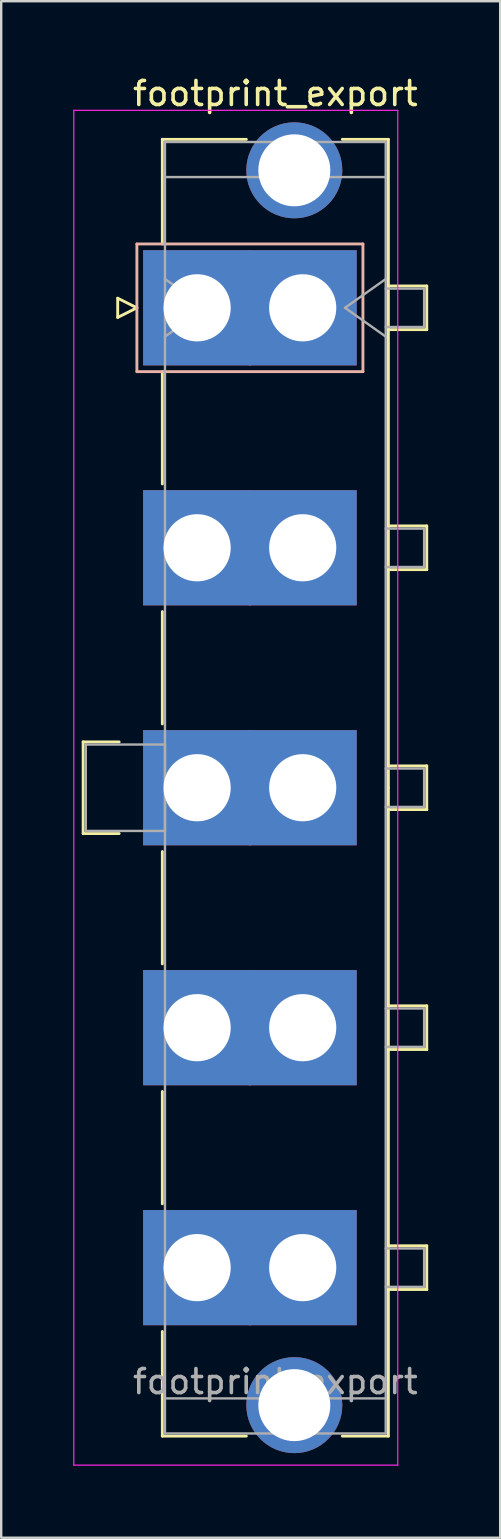
<source format=kicad_pcb>
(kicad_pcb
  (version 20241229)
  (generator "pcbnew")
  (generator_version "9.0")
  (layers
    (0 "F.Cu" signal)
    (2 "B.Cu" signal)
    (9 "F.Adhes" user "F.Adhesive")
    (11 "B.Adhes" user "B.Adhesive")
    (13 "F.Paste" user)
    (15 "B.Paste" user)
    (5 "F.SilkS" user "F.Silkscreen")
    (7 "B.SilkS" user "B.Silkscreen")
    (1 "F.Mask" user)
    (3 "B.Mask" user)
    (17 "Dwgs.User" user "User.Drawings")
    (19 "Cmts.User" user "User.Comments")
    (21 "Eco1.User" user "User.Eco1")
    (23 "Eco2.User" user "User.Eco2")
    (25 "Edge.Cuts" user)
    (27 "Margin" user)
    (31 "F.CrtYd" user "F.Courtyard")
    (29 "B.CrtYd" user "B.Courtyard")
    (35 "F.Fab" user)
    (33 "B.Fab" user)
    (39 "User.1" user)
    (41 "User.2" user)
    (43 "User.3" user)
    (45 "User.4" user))
  (footprint "footprint_export"
    (layer "F.Cu")
    (at 5.165 9.778)
    (property "Reference" "footprint_export" (at 3.26 -8.93 0) (layer "F.SilkS") (effects (font (size 1 1) (thickness 0.15))))
    (attr through_hole)
    (fp_line (start -4.75 18.09) (end -4.75 21.91) (stroke (width 0.12) (type solid)) (layer "F.SilkS"))
    (fp_line (start -4.75 21.91) (end -3.25 21.91) (stroke (width 0.12) (type solid)) (layer "F.SilkS"))
    (fp_line (start -3.31 -0.4) (end -3.31 0.4) (stroke (width 0.12) (type solid)) (layer "F.SilkS"))
    (fp_line (start -3.31 0.4) (end -2.51 0) (stroke (width 0.12) (type solid)) (layer "F.SilkS"))
    (fp_line (start -3.25 18.09) (end -4.75 18.09) (stroke (width 0.12) (type solid)) (layer "F.SilkS"))
    (fp_line (start -2.51 0) (end -3.31 -0.4) (stroke (width 0.12) (type solid)) (layer "F.SilkS"))
    (fp_line (start -1.45 -7.02) (end 2.05 -7.02) (stroke (width 0.12) (type solid)) (layer "F.SilkS"))
    (fp_line (start -1.45 -2.66) (end -1.45 -7.02) (stroke (width 0.12) (type solid)) (layer "F.SilkS"))
    (fp_line (start -1.45 2.66) (end -1.45 7.34) (stroke (width 0.12) (type solid)) (layer "F.SilkS"))
    (fp_line (start -1.45 12.66) (end -1.45 17.34) (stroke (width 0.12) (type solid)) (layer "F.SilkS"))
    (fp_line (start -1.45 22.66) (end -1.45 27.34) (stroke (width 0.12) (type solid)) (layer "F.SilkS"))
    (fp_line (start -1.45 32.66) (end -1.45 37.34) (stroke (width 0.12) (type solid)) (layer "F.SilkS"))
    (fp_line (start -1.45 42.66) (end -1.45 47.02) (stroke (width 0.12) (type solid)) (layer "F.SilkS"))
    (fp_line (start -1.45 47.02) (end 2.05 47.02) (stroke (width 0.12) (type solid)) (layer "F.SilkS"))
    (fp_line (start 6.05 -7.02) (end 7.97 -7.02) (stroke (width 0.12) (type solid)) (layer "F.SilkS"))
    (fp_line (start 6.05 47.02) (end 7.97 47.02) (stroke (width 0.12) (type solid)) (layer "F.SilkS"))
    (fp_line (start 7.97 -7.02) (end 7.97 20) (stroke (width 0.12) (type solid)) (layer "F.SilkS"))
    (fp_line (start 7.97 -0.91) (end 9.57 -0.91) (stroke (width 0.12) (type solid)) (layer "F.SilkS"))
    (fp_line (start 7.97 9.09) (end 9.57 9.09) (stroke (width 0.12) (type solid)) (layer "F.SilkS"))
    (fp_line (start 7.97 19.09) (end 9.57 19.09) (stroke (width 0.12) (type solid)) (layer "F.SilkS"))
    (fp_line (start 7.97 29.09) (end 9.57 29.09) (stroke (width 0.12) (type solid)) (layer "F.SilkS"))
    (fp_line (start 7.97 39.09) (end 9.57 39.09) (stroke (width 0.12) (type solid)) (layer "F.SilkS"))
    (fp_line (start 7.97 47.02) (end 7.97 20) (stroke (width 0.12) (type solid)) (layer "F.SilkS"))
    (fp_line (start 9.57 -0.91) (end 9.57 0.91) (stroke (width 0.12) (type solid)) (layer "F.SilkS"))
    (fp_line (start 9.57 0.91) (end 7.97 0.91) (stroke (width 0.12) (type solid)) (layer "F.SilkS"))
    (fp_line (start 9.57 9.09) (end 9.57 10.91) (stroke (width 0.12) (type solid)) (layer "F.SilkS"))
    (fp_line (start 9.57 10.91) (end 7.97 10.91) (stroke (width 0.12) (type solid)) (layer "F.SilkS"))
    (fp_line (start 9.57 19.09) (end 9.57 20.91) (stroke (width 0.12) (type solid)) (layer "F.SilkS"))
    (fp_line (start 9.57 20.91) (end 7.97 20.91) (stroke (width 0.12) (type solid)) (layer "F.SilkS"))
    (fp_line (start 9.57 29.09) (end 9.57 30.91) (stroke (width 0.12) (type solid)) (layer "F.SilkS"))
    (fp_line (start 9.57 30.91) (end 7.97 30.91) (stroke (width 0.12) (type solid)) (layer "F.SilkS"))
    (fp_line (start 9.57 39.09) (end 9.57 40.91) (stroke (width 0.12) (type solid)) (layer "F.SilkS"))
    (fp_line (start 9.57 40.91) (end 7.97 40.91) (stroke (width 0.12) (type solid)) (layer "F.SilkS"))
    (fp_line (start -2.51 -2.66) (end -2.51 2.66) (stroke (width 0.12) (type solid)) (layer "B.SilkS"))
    (fp_line (start -2.51 2.66) (end 6.91 2.66) (stroke (width 0.12) (type solid)) (layer "B.SilkS"))
    (fp_line (start 6.91 -2.66) (end -2.51 -2.66) (stroke (width 0.12) (type solid)) (layer "B.SilkS"))
    (fp_line (start 6.91 2.66) (end 6.91 -2.66) (stroke (width 0.12) (type solid)) (layer "B.SilkS"))
    (fp_line (start -5.14 -8.23) (end -5.14 48.23) (stroke (width 0.05) (type solid)) (layer "F.CrtYd"))
    (fp_line (start -5.14 48.23) (end 8.36 48.23) (stroke (width 0.05) (type solid)) (layer "F.CrtYd"))
    (fp_line (start 8.36 -8.23) (end -5.14 -8.23) (stroke (width 0.05) (type solid)) (layer "F.CrtYd"))
    (fp_line (start 8.36 48.23) (end 8.36 -8.23) (stroke (width 0.05) (type solid)) (layer "F.CrtYd"))
    (fp_line (start -4.64 18.2) (end -1.34 18.2) (stroke (width 0.1) (type solid)) (layer "F.Fab"))
    (fp_line (start -4.64 21.8) (end -4.64 18.2) (stroke (width 0.1) (type solid)) (layer "F.Fab"))
    (fp_line (start -1.34 -6.91) (end -1.34 46.91) (stroke (width 0.1) (type solid)) (layer "F.Fab"))
    (fp_line (start -1.34 -5.45) (end 7.86 -5.45) (stroke (width 0.1) (type solid)) (layer "F.Fab"))
    (fp_line (start -1.34 -1.2) (end 0.357 0) (stroke (width 0.1) (type solid)) (layer "F.Fab"))
    (fp_line (start -1.34 18.2) (end -1.34 21.8) (stroke (width 0.1) (type solid)) (layer "F.Fab"))
    (fp_line (start -1.34 21.8) (end -4.64 21.8) (stroke (width 0.1) (type solid)) (layer "F.Fab"))
    (fp_line (start -1.34 45.45) (end 7.86 45.45) (stroke (width 0.1) (type solid)) (layer "F.Fab"))
    (fp_line (start -1.34 46.91) (end 7.86 46.91) (stroke (width 0.1) (type solid)) (layer "F.Fab"))
    (fp_line (start 0.357 0) (end -1.34 1.2) (stroke (width 0.1) (type solid)) (layer "F.Fab"))
    (fp_line (start 6.163 0) (end 7.86 1.2) (stroke (width 0.1) (type solid)) (layer "F.Fab"))
    (fp_line (start 7.86 -6.91) (end -1.34 -6.91) (stroke (width 0.1) (type solid)) (layer "F.Fab"))
    (fp_line (start 7.86 -1.2) (end 6.163 0) (stroke (width 0.1) (type solid)) (layer "F.Fab"))
    (fp_line (start 7.86 -0.8) (end 9.46 -0.8) (stroke (width 0.1) (type solid)) (layer "F.Fab"))
    (fp_line (start 7.86 9.2) (end 9.46 9.2) (stroke (width 0.1) (type solid)) (layer "F.Fab"))
    (fp_line (start 7.86 19.2) (end 9.46 19.2) (stroke (width 0.1) (type solid)) (layer "F.Fab"))
    (fp_line (start 7.86 29.2) (end 9.46 29.2) (stroke (width 0.1) (type solid)) (layer "F.Fab"))
    (fp_line (start 7.86 39.2) (end 9.46 39.2) (stroke (width 0.1) (type solid)) (layer "F.Fab"))
    (fp_line (start 7.86 46.91) (end 7.86 -6.91) (stroke (width 0.1) (type solid)) (layer "F.Fab"))
    (fp_line (start 9.46 -0.8) (end 9.46 0.8) (stroke (width 0.1) (type solid)) (layer "F.Fab"))
    (fp_line (start 9.46 0.8) (end 7.86 0.8) (stroke (width 0.1) (type solid)) (layer "F.Fab"))
    (fp_line (start 9.46 9.2) (end 9.46 10.8) (stroke (width 0.1) (type solid)) (layer "F.Fab"))
    (fp_line (start 9.46 10.8) (end 7.86 10.8) (stroke (width 0.1) (type solid)) (layer "F.Fab"))
    (fp_line (start 9.46 19.2) (end 9.46 20.8) (stroke (width 0.1) (type solid)) (layer "F.Fab"))
    (fp_line (start 9.46 20.8) (end 7.86 20.8) (stroke (width 0.1) (type solid)) (layer "F.Fab"))
    (fp_line (start 9.46 29.2) (end 9.46 30.8) (stroke (width 0.1) (type solid)) (layer "F.Fab"))
    (fp_line (start 9.46 30.8) (end 7.86 30.8) (stroke (width 0.1) (type solid)) (layer "F.Fab"))
    (fp_line (start 9.46 39.2) (end 9.46 40.8) (stroke (width 0.1) (type solid)) (layer "F.Fab"))
    (fp_line (start 9.46 40.8) (end 7.86 40.8) (stroke (width 0.1) (type solid)) (layer "F.Fab"))
    (fp_text user "${REFERENCE}" (at 3.26 44.75 0) (layer "F.Fab") (effects (font (size 1 1) (thickness 0.15))))
    (pad "" thru_hole circle (at 4.05 -5.73) (size 4 4) (drill 3) (layers "*.Cu" "*.Mask"))
    (pad "" thru_hole circle (at 4.05 45.73) (size 4 4) (drill 3) (layers "*.Cu" "*.Mask"))
    (pad "1" thru_hole rect (at 0 0) (size 4.5 4.8) (drill 2.8) (layers "*.Cu" "*.Mask"))
    (pad "1" thru_hole rect (at 4.4 0) (size 4.5 4.8) (drill 2.8) (layers "*.Cu" "*.Mask"))
    (pad "2" thru_hole rect (at 0 10) (size 4.5 4.8) (drill 2.8) (layers "*.Cu" "*.Mask"))
    (pad "2" thru_hole rect (at 4.4 10) (size 4.5 4.8) (drill 2.8) (layers "*.Cu" "*.Mask"))
    (pad "3" thru_hole rect (at 0 20) (size 4.5 4.8) (drill 2.8) (layers "*.Cu" "*.Mask"))
    (pad "3" thru_hole rect (at 4.4 20) (size 4.5 4.8) (drill 2.8) (layers "*.Cu" "*.Mask"))
    (pad "4" thru_hole rect (at 0 30) (size 4.5 4.8) (drill 2.8) (layers "*.Cu" "*.Mask"))
    (pad "4" thru_hole rect (at 4.4 30) (size 4.5 4.8) (drill 2.8) (layers "*.Cu" "*.Mask"))
    (pad "5" thru_hole rect (at 0 40) (size 4.5 4.8) (drill 2.8) (layers "*.Cu" "*.Mask"))
    (pad "5" thru_hole rect (at 4.4 40) (size 4.5 4.8) (drill 2.8) (layers "*.Cu" "*.Mask")))
  (gr_rect
    (start -3 -3)
    (end 17.795 61.033)
    (stroke (width 0.1) (type default))
    (fill no)
    (layer "Edge.Cuts")))
</source>
